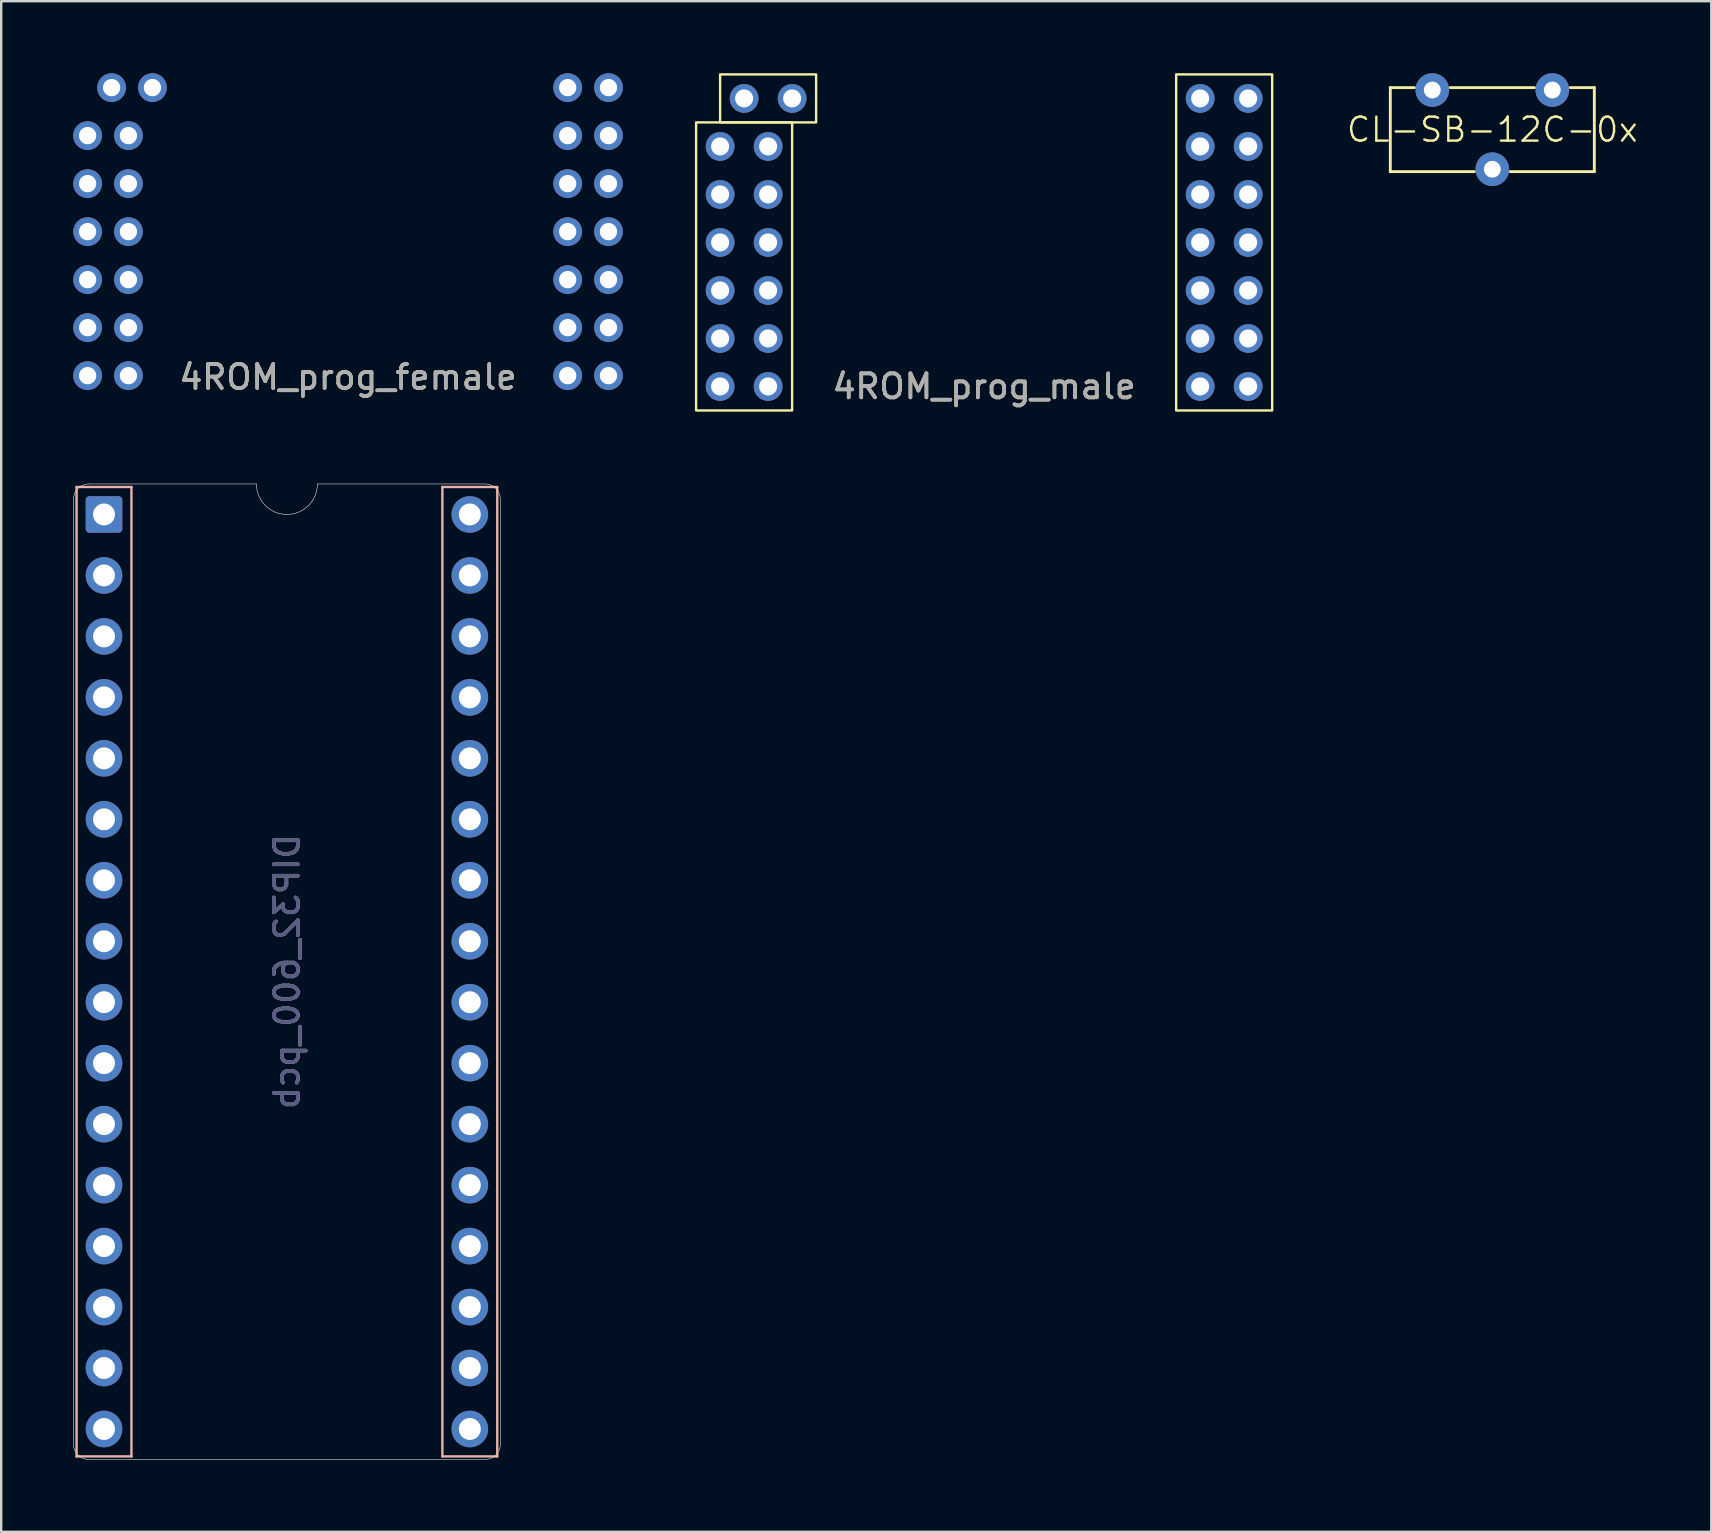
<source format=kicad_pcb>
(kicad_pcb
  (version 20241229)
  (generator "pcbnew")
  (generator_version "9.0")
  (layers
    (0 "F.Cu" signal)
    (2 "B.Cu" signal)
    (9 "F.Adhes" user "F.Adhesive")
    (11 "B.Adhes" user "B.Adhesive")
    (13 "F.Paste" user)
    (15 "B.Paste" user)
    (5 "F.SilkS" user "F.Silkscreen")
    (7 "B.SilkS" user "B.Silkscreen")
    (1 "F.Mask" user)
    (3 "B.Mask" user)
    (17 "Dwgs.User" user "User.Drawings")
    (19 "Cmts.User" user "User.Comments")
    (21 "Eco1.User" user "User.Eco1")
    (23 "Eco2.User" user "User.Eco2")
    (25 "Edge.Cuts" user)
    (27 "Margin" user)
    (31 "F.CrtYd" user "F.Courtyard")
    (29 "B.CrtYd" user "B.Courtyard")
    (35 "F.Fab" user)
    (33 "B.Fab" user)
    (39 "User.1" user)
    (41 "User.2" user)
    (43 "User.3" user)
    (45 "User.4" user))
  (footprint "4ROM_prog_male"
    (layer "F.Cu")
    (at 37.95 7.05)
    (property "Reference" "4ROM_prog_male" (at 0 6 0) (unlocked yes) (layer "F.SilkS") (effects (font (size 1 1) (thickness 0.15))))
    (attr through_hole)
    (fp_rect (start -12 7) (end -8 -5) (stroke (width 0.1) (type solid)) (fill no) (layer "F.SilkS"))
    (fp_rect (start -11 -5) (end -7 -7) (stroke (width 0.1) (type solid)) (fill no) (layer "F.SilkS"))
    (fp_rect (start 8 7) (end 12 -7) (stroke (width 0.1) (type solid)) (fill no) (layer "F.SilkS"))
    (fp_text user "${REFERENCE}" (at 0 6 0) (layer "F.Fab") (effects (font (size 1 1) (thickness 0.15))))
    (pad "1" thru_hole circle (at -8 -6) (size 1.2 1.2) (drill 0.75) (layers "*.Cu" "*.Mask"))
    (pad "2" thru_hole circle (at -10 -6) (size 1.2 1.2) (drill 0.75) (layers "*.Cu" "*.Mask"))
    (pad "3" thru_hole circle (at -9 -4) (size 1.2 1.2) (drill 0.75) (layers "*.Cu" "*.Mask"))
    (pad "4" thru_hole circle (at -11 -4) (size 1.2 1.2) (drill 0.75) (layers "*.Cu" "*.Mask"))
    (pad "5" thru_hole circle (at -9 -2) (size 1.2 1.2) (drill 0.75) (layers "*.Cu" "*.Mask"))
    (pad "6" thru_hole circle (at -11 -2) (size 1.2 1.2) (drill 0.75) (layers "*.Cu" "*.Mask"))
    (pad "7" thru_hole circle (at -9 0) (size 1.2 1.2) (drill 0.75) (layers "*.Cu" "*.Mask"))
    (pad "8" thru_hole circle (at -11 0) (size 1.2 1.2) (drill 0.75) (layers "*.Cu" "*.Mask"))
    (pad "9" thru_hole circle (at -9 2) (size 1.2 1.2) (drill 0.75) (layers "*.Cu" "*.Mask"))
    (pad "10" thru_hole circle (at -11 2) (size 1.2 1.2) (drill 0.75) (layers "*.Cu" "*.Mask"))
    (pad "11" thru_hole circle (at -9 4) (size 1.2 1.2) (drill 0.75) (layers "*.Cu" "*.Mask"))
    (pad "12" thru_hole circle (at -11 4) (size 1.2 1.2) (drill 0.75) (layers "*.Cu" "*.Mask"))
    (pad "13" thru_hole circle (at -9 6) (size 1.2 1.2) (drill 0.75) (layers "*.Cu" "*.Mask"))
    (pad "14" thru_hole circle (at -11 6) (size 1.2 1.2) (drill 0.75) (layers "*.Cu" "*.Mask"))
    (pad "15" thru_hole circle (at 9 6) (size 1.2 1.2) (drill 0.75) (layers "*.Cu" "*.Mask"))
    (pad "16" thru_hole circle (at 11 6) (size 1.2 1.2) (drill 0.75) (layers "*.Cu" "*.Mask"))
    (pad "17" thru_hole circle (at 9 4) (size 1.2 1.2) (drill 0.75) (layers "*.Cu" "*.Mask"))
    (pad "18" thru_hole circle (at 11 4) (size 1.2 1.2) (drill 0.75) (layers "*.Cu" "*.Mask"))
    (pad "19" thru_hole circle (at 9 2) (size 1.2 1.2) (drill 0.75) (layers "*.Cu" "*.Mask"))
    (pad "20" thru_hole circle (at 11 2) (size 1.2 1.2) (drill 0.75) (layers "*.Cu" "*.Mask"))
    (pad "21" thru_hole circle (at 9 0) (size 1.2 1.2) (drill 0.75) (layers "*.Cu" "*.Mask"))
    (pad "22" thru_hole circle (at 11 0) (size 1.2 1.2) (drill 0.75) (layers "*.Cu" "*.Mask"))
    (pad "23" thru_hole circle (at 9 -2) (size 1.2 1.2) (drill 0.75) (layers "*.Cu" "*.Mask"))
    (pad "24" thru_hole circle (at 11 -2) (size 1.2 1.2) (drill 0.75) (layers "*.Cu" "*.Mask"))
    (pad "25" thru_hole circle (at 9 -4) (size 1.2 1.2) (drill 0.75) (layers "*.Cu" "*.Mask"))
    (pad "26" thru_hole circle (at 11 -4) (size 1.2 1.2) (drill 0.75) (layers "*.Cu" "*.Mask"))
    (pad "27" thru_hole circle (at 9 -6) (size 1.2 1.2) (drill 0.75) (layers "*.Cu" "*.Mask"))
    (pad "28" thru_hole circle (at 11 -6) (size 1.2 1.2) (drill 0.75) (layers "*.Cu" "*.Mask")))
  (footprint "4ROM_prog_female"
    (layer "F.Cu")
    (at 11.45 6.6)
    (property "Reference" "4ROM_prog_female" (at 0 6.06 0) (unlocked yes) (layer "F.SilkS") (effects (font (size 1 1) (thickness 0.15))))
    (attr through_hole)
    (fp_rect (start -11.25 -0.25) (end -10.75 0.25) (stroke (width 0.01) (type solid)) (fill no) (layer "Dwgs.User"))
    (fp_rect (start -8.4 -6.25) (end -7.9 -5.75) (stroke (width 0.001) (type solid)) (fill no) (layer "Dwgs.User"))
    (fp_text user "${REFERENCE}" (at 0 6.06 0) (layer "F.Fab") (effects (font (size 1 1) (thickness 0.15))))
    (pad "1" thru_hole circle (at -8.15 -6) (size 1.2 1.2) (drill 0.72) (layers "*.Cu" "*.Mask"))
    (pad "2" thru_hole circle (at -9.85 -6) (size 1.2 1.2) (drill 0.72) (layers "*.Cu" "*.Mask"))
    (pad "3" thru_hole circle (at -9.15 -4) (size 1.2 1.2) (drill 0.72) (layers "*.Cu" "*.Mask"))
    (pad "4" thru_hole circle (at -10.85 -4) (size 1.2 1.2) (drill 0.72) (layers "*.Cu" "*.Mask"))
    (pad "5" thru_hole circle (at -9.15 -2) (size 1.2 1.2) (drill 0.72) (layers "*.Cu" "*.Mask"))
    (pad "6" thru_hole circle (at -10.85 -2) (size 1.2 1.2) (drill 0.72) (layers "*.Cu" "*.Mask"))
    (pad "7" thru_hole circle (at -9.15 0) (size 1.2 1.2) (drill 0.72) (layers "*.Cu" "*.Mask"))
    (pad "8" thru_hole circle (at -10.85 0) (size 1.2 1.2) (drill 0.72) (layers "*.Cu" "*.Mask"))
    (pad "9" thru_hole circle (at -9.15 2) (size 1.2 1.2) (drill 0.72) (layers "*.Cu" "*.Mask"))
    (pad "10" thru_hole circle (at -10.85 2) (size 1.2 1.2) (drill 0.72) (layers "*.Cu" "*.Mask"))
    (pad "11" thru_hole circle (at -9.15 4) (size 1.2 1.2) (drill 0.72) (layers "*.Cu" "*.Mask"))
    (pad "12" thru_hole circle (at -10.85 4) (size 1.2 1.2) (drill 0.72) (layers "*.Cu" "*.Mask"))
    (pad "13" thru_hole circle (at -9.15 6) (size 1.2 1.2) (drill 0.72) (layers "*.Cu" "*.Mask"))
    (pad "14" thru_hole circle (at -10.85 6) (size 1.2 1.2) (drill 0.72) (layers "*.Cu" "*.Mask"))
    (pad "15" thru_hole circle (at 9.15 6) (size 1.2 1.2) (drill 0.72) (layers "*.Cu" "*.Mask"))
    (pad "16" thru_hole circle (at 10.85 6) (size 1.2 1.2) (drill 0.72) (layers "*.Cu" "*.Mask"))
    (pad "17" thru_hole circle (at 9.15 4) (size 1.2 1.2) (drill 0.72) (layers "*.Cu" "*.Mask"))
    (pad "18" thru_hole circle (at 10.85 4) (size 1.2 1.2) (drill 0.72) (layers "*.Cu" "*.Mask"))
    (pad "19" thru_hole circle (at 9.15 2) (size 1.2 1.2) (drill 0.72) (layers "*.Cu" "*.Mask"))
    (pad "20" thru_hole circle (at 10.85 2) (size 1.2 1.2) (drill 0.72) (layers "*.Cu" "*.Mask"))
    (pad "21" thru_hole circle (at 9.15 0) (size 1.2 1.2) (drill 0.72) (layers "*.Cu" "*.Mask"))
    (pad "22" thru_hole circle (at 10.85 0) (size 1.2 1.2) (drill 0.72) (layers "*.Cu" "*.Mask"))
    (pad "23" thru_hole circle (at 9.15 -2) (size 1.2 1.2) (drill 0.72) (layers "*.Cu" "*.Mask"))
    (pad "24" thru_hole circle (at 10.85 -2) (size 1.2 1.2) (drill 0.72) (layers "*.Cu" "*.Mask"))
    (pad "25" thru_hole circle (at 9.15 -4) (size 1.2 1.2) (drill 0.72) (layers "*.Cu" "*.Mask"))
    (pad "26" thru_hole circle (at 10.85 -4) (size 1.2 1.2) (drill 0.72) (layers "*.Cu" "*.Mask"))
    (pad "27" thru_hole circle (at 9.15 -6) (size 1.2 1.2) (drill 0.72) (layers "*.Cu" "*.Mask"))
    (pad "28" thru_hole circle (at 10.85 -6) (size 1.2 1.2) (drill 0.72) (layers "*.Cu" "*.Mask")))
  (footprint "DIP32_600_pcb"
    (layer "F.Cu")
    (at 8.903 37.433)
    (property "Reference" "DIP32_600_pcb" (at 0 0 90) (layer "B.SilkS") (effects (font (size 1 1) (thickness 0.15)) (justify mirror)))
    (attr through_hole)
    (fp_line (start -8.763 -20.193) (end -6.477 -20.193) (stroke (width 0.1) (type solid)) (layer "B.SilkS"))
    (fp_line (start -8.763 20.193) (end -8.763 -20.193) (stroke (width 0.1) (type solid)) (layer "B.SilkS"))
    (fp_line (start -6.477 -20.193) (end -6.477 20.193) (stroke (width 0.1) (type solid)) (layer "B.SilkS"))
    (fp_line (start -6.477 20.193) (end -8.763 20.193) (stroke (width 0.1) (type solid)) (layer "B.SilkS"))
    (fp_line (start 6.477 -20.193) (end 8.763 -20.193) (stroke (width 0.1) (type solid)) (layer "B.SilkS"))
    (fp_line (start 6.477 20.193) (end 6.477 -20.193) (stroke (width 0.1) (type solid)) (layer "B.SilkS"))
    (fp_line (start 8.763 -20.193) (end 8.763 20.193) (stroke (width 0.1) (type solid)) (layer "B.SilkS"))
    (fp_line (start 8.763 20.193) (end 6.477 20.193) (stroke (width 0.1) (type solid)) (layer "B.SilkS"))
    (fp_line (start -8.89 -19.685) (end -8.89 19.685) (stroke (width 0.025) (type solid)) (layer "Edge.Cuts"))
    (fp_line (start -8.255 20.32) (end 8.255 20.32) (stroke (width 0.025) (type solid)) (layer "Edge.Cuts"))
    (fp_line (start -1.27 -20.32) (end -8.255 -20.32) (stroke (width 0.025) (type solid)) (layer "Edge.Cuts"))
    (fp_line (start 8.255 -20.32) (end 1.27 -20.32) (stroke (width 0.025) (type solid)) (layer "Edge.Cuts"))
    (fp_line (start 8.89 19.685) (end 8.89 -19.685) (stroke (width 0.025) (type solid)) (layer "Edge.Cuts"))
    (fp_arc (start -8.89 -19.685) (mid -8.704013 -20.134013) (end -8.255 -20.32) (stroke (width 0.0254) (type solid)) (layer "Edge.Cuts"))
    (fp_arc (start -8.255 20.32) (mid -8.704013 20.134013) (end -8.89 19.685) (stroke (width 0.0254) (type solid)) (layer "Edge.Cuts"))
    (fp_arc (start 1.27 -20.32) (mid 0 -19.05) (end -1.27 -20.32) (stroke (width 0.0254) (type solid)) (layer "Edge.Cuts"))
    (fp_arc (start 8.255 -20.32) (mid 8.704013 -20.134013) (end 8.89 -19.685) (stroke (width 0.0254) (type solid)) (layer "Edge.Cuts"))
    (fp_arc (start 8.89 19.685) (mid 8.704013 20.134013) (end 8.255 20.32) (stroke (width 0.0254) (type solid)) (layer "Edge.Cuts"))
    (fp_text user "${REFERENCE}" (at 0 0 90) (layer "B.Fab") (effects (font (size 1 1) (thickness 0.15)) (justify mirror)))
    (pad "1" thru_hole roundrect (at -7.62 -19.05 180) (size 1.524 1.524) (drill 0.914) (layers "*.Cu" "*.Mask") (roundrect_rratio 0.1))
    (pad "2" thru_hole circle (at -7.62 -16.51 180) (size 1.524 1.524) (drill 0.914) (layers "*.Cu" "*.Mask"))
    (pad "3" thru_hole circle (at -7.62 -13.97 180) (size 1.524 1.524) (drill 0.914) (layers "*.Cu" "*.Mask"))
    (pad "4" thru_hole circle (at -7.62 -11.43 180) (size 1.524 1.524) (drill 0.914) (layers "*.Cu" "*.Mask"))
    (pad "5" thru_hole circle (at -7.62 -8.89 180) (size 1.524 1.524) (drill 0.914) (layers "*.Cu" "*.Mask"))
    (pad "6" thru_hole circle (at -7.62 -6.35 180) (size 1.524 1.524) (drill 0.914) (layers "*.Cu" "*.Mask"))
    (pad "7" thru_hole circle (at -7.62 -3.81 180) (size 1.524 1.524) (drill 0.914) (layers "*.Cu" "*.Mask"))
    (pad "8" thru_hole circle (at -7.62 -1.27 180) (size 1.524 1.524) (drill 0.914) (layers "*.Cu" "*.Mask"))
    (pad "9" thru_hole circle (at -7.62 1.27 180) (size 1.524 1.524) (drill 0.914) (layers "*.Cu" "*.Mask"))
    (pad "10" thru_hole circle (at -7.62 3.81 180) (size 1.524 1.524) (drill 0.914) (layers "*.Cu" "*.Mask"))
    (pad "11" thru_hole circle (at -7.62 6.35 180) (size 1.524 1.524) (drill 0.914) (layers "*.Cu" "*.Mask"))
    (pad "12" thru_hole circle (at -7.62 8.89 180) (size 1.524 1.524) (drill 0.914) (layers "*.Cu" "*.Mask"))
    (pad "13" thru_hole circle (at -7.62 11.43 180) (size 1.524 1.524) (drill 0.914) (layers "*.Cu" "*.Mask"))
    (pad "14" thru_hole circle (at -7.62 13.97 180) (size 1.524 1.524) (drill 0.914) (layers "*.Cu" "*.Mask"))
    (pad "15" thru_hole circle (at -7.62 16.51 180) (size 1.524 1.524) (drill 0.914) (layers "*.Cu" "*.Mask"))
    (pad "16" thru_hole circle (at -7.62 19.05 180) (size 1.524 1.524) (drill 0.914) (layers "*.Cu" "*.Mask"))
    (pad "17" thru_hole circle (at 7.62 19.05 180) (size 1.524 1.524) (drill 0.914) (layers "*.Cu" "*.Mask"))
    (pad "18" thru_hole circle (at 7.62 16.51 180) (size 1.524 1.524) (drill 0.914) (layers "*.Cu" "*.Mask"))
    (pad "19" thru_hole circle (at 7.62 13.97 180) (size 1.524 1.524) (drill 0.914) (layers "*.Cu" "*.Mask"))
    (pad "20" thru_hole circle (at 7.62 11.43 180) (size 1.524 1.524) (drill 0.914) (layers "*.Cu" "*.Mask"))
    (pad "21" thru_hole circle (at 7.62 8.89 180) (size 1.524 1.524) (drill 0.914) (layers "*.Cu" "*.Mask"))
    (pad "22" thru_hole circle (at 7.62 6.35 180) (size 1.524 1.524) (drill 0.914) (layers "*.Cu" "*.Mask"))
    (pad "23" thru_hole circle (at 7.62 3.81 180) (size 1.524 1.524) (drill 0.914) (layers "*.Cu" "*.Mask"))
    (pad "24" thru_hole circle (at 7.62 1.27 180) (size 1.524 1.524) (drill 0.914) (layers "*.Cu" "*.Mask"))
    (pad "25" thru_hole circle (at 7.62 -1.27 180) (size 1.524 1.524) (drill 0.914) (layers "*.Cu" "*.Mask"))
    (pad "26" thru_hole circle (at 7.62 -3.81 180) (size 1.524 1.524) (drill 0.914) (layers "*.Cu" "*.Mask"))
    (pad "27" thru_hole circle (at 7.62 -6.35 180) (size 1.524 1.524) (drill 0.914) (layers "*.Cu" "*.Mask"))
    (pad "28" thru_hole circle (at 7.62 -8.89 180) (size 1.524 1.524) (drill 0.914) (layers "*.Cu" "*.Mask"))
    (pad "29" thru_hole circle (at 7.62 -11.43 180) (size 1.524 1.524) (drill 0.914) (layers "*.Cu" "*.Mask"))
    (pad "30" thru_hole circle (at 7.62 -13.97 180) (size 1.524 1.524) (drill 0.914) (layers "*.Cu" "*.Mask"))
    (pad "31" thru_hole circle (at 7.62 -16.51 180) (size 1.524 1.524) (drill 0.914) (layers "*.Cu" "*.Mask"))
    (pad "32" thru_hole circle (at 7.62 -19.05 180) (size 1.524 1.524) (drill 0.914) (layers "*.Cu" "*.Mask")))
  (footprint "CL-SB-12C-0x"
    (layer "F.Cu")
    (at 59.121 2.35)
    (property "Reference" "CL-SB-12C-0x" (at 0 0 0) (layer "F.SilkS") (effects (font (size 1 1) (thickness 0.1))))
    (attr through_hole)
    (fp_line (start -4.25 -1.75) (end -3.25 -1.75) (stroke (width 0.12) (type solid)) (layer "F.SilkS"))
    (fp_line (start -4.25 1.75) (end -4.25 -1.75) (stroke (width 0.12) (type solid)) (layer "F.SilkS"))
    (fp_line (start -4.25 1.75) (end -0.75 1.75) (stroke (width 0.12) (type solid)) (layer "F.SilkS"))
    (fp_line (start -1.75 -1.75) (end 1.75 -1.75) (stroke (width 0.12) (type solid)) (layer "F.SilkS"))
    (fp_line (start 0.75 1.75) (end 4.25 1.75) (stroke (width 0.12) (type solid)) (layer "F.SilkS"))
    (fp_line (start 3.25 -1.75) (end 4.25 -1.75) (stroke (width 0.12) (type solid)) (layer "F.SilkS"))
    (fp_line (start 4.25 -1.75) (end 4.25 1.75) (stroke (width 0.12) (type solid)) (layer "F.SilkS"))
    (pad "1" thru_hole circle (at 2.5 -1.65) (size 1.4 1.4) (drill 0.7) (layers "*.Cu" "*.Mask"))
    (pad "2" thru_hole circle (at 0 1.65) (size 1.4 1.4) (drill 0.7) (layers "*.Cu" "*.Mask"))
    (pad "3" thru_hole circle (at -2.5 -1.65) (size 1.4 1.4) (drill 0.7) (layers "*.Cu" "*.Mask")))
  (gr_rect
    (start -3 -3)
    (end 68.243 60.765)
    (stroke (width 0.1) (type default))
    (fill no)
    (layer "Edge.Cuts")))
</source>
